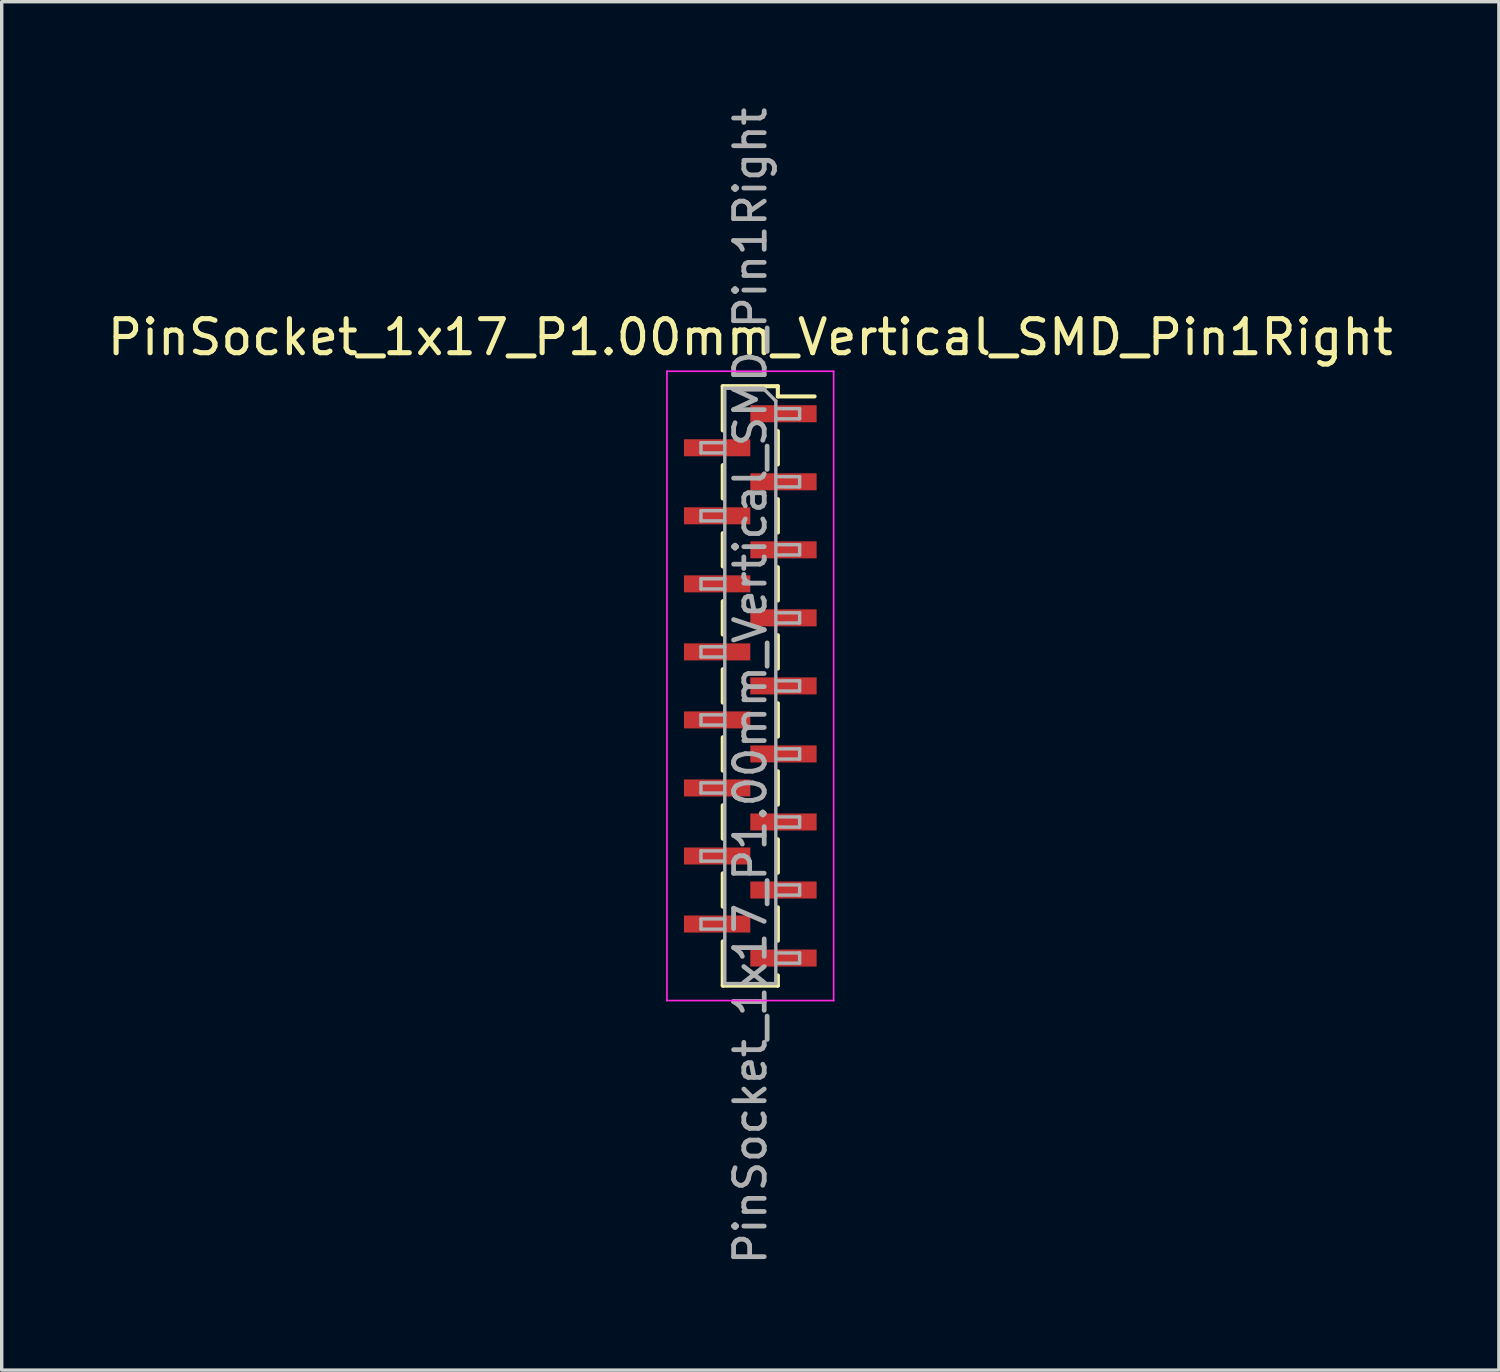
<source format=kicad_pcb>
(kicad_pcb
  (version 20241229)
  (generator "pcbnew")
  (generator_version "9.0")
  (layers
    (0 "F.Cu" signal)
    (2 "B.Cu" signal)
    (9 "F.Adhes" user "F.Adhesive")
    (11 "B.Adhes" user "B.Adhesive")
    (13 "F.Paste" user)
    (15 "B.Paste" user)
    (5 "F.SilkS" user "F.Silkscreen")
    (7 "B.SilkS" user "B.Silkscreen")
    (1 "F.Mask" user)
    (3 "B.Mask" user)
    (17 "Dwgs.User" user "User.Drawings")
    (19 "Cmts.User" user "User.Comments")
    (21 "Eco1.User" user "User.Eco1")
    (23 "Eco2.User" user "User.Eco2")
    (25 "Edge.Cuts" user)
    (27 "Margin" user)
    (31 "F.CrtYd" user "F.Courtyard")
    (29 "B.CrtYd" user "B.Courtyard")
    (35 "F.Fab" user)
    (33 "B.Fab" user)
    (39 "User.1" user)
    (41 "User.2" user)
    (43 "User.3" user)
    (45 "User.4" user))
  (footprint "PinSocket_1x17_P1.00mm_Vertical_SMD_Pin1Right"
    (layer "F.Cu")
    (at 19.006 17.113)
    (property "Reference" "PinSocket_1x17_P1.00mm_Vertical_SMD_Pin1Right" (at 0 -10.25 0) (layer "F.SilkS") (effects (font (size 1 1) (thickness 0.15))))
    (attr smd)
    (fp_line (start -0.81 -8.81) (end -0.81 -7.51) (stroke (width 0.12) (type solid)) (layer "F.SilkS"))
    (fp_line (start -0.81 -8.81) (end 0.81 -8.81) (stroke (width 0.12) (type solid)) (layer "F.SilkS"))
    (fp_line (start -0.81 -6.49) (end -0.81 -5.51) (stroke (width 0.12) (type solid)) (layer "F.SilkS"))
    (fp_line (start -0.81 -4.49) (end -0.81 -3.51) (stroke (width 0.12) (type solid)) (layer "F.SilkS"))
    (fp_line (start -0.81 -2.49) (end -0.81 -1.51) (stroke (width 0.12) (type solid)) (layer "F.SilkS"))
    (fp_line (start -0.81 -0.49) (end -0.81 0.49) (stroke (width 0.12) (type solid)) (layer "F.SilkS"))
    (fp_line (start -0.81 1.51) (end -0.81 2.49) (stroke (width 0.12) (type solid)) (layer "F.SilkS"))
    (fp_line (start -0.81 3.51) (end -0.81 4.49) (stroke (width 0.12) (type solid)) (layer "F.SilkS"))
    (fp_line (start -0.81 5.51) (end -0.81 6.49) (stroke (width 0.12) (type solid)) (layer "F.SilkS"))
    (fp_line (start -0.81 7.51) (end -0.81 8.81) (stroke (width 0.12) (type solid)) (layer "F.SilkS"))
    (fp_line (start -0.81 8.81) (end 0.81 8.81) (stroke (width 0.12) (type solid)) (layer "F.SilkS"))
    (fp_line (start 0.81 -8.81) (end 0.81 -8.51) (stroke (width 0.12) (type solid)) (layer "F.SilkS"))
    (fp_line (start 0.81 -8.51) (end 1.89 -8.51) (stroke (width 0.12) (type solid)) (layer "F.SilkS"))
    (fp_line (start 0.81 -7.49) (end 0.81 -6.51) (stroke (width 0.12) (type solid)) (layer "F.SilkS"))
    (fp_line (start 0.81 -5.49) (end 0.81 -4.51) (stroke (width 0.12) (type solid)) (layer "F.SilkS"))
    (fp_line (start 0.81 -3.49) (end 0.81 -2.51) (stroke (width 0.12) (type solid)) (layer "F.SilkS"))
    (fp_line (start 0.81 -1.49) (end 0.81 -0.51) (stroke (width 0.12) (type solid)) (layer "F.SilkS"))
    (fp_line (start 0.81 0.51) (end 0.81 1.49) (stroke (width 0.12) (type solid)) (layer "F.SilkS"))
    (fp_line (start 0.81 2.51) (end 0.81 3.49) (stroke (width 0.12) (type solid)) (layer "F.SilkS"))
    (fp_line (start 0.81 4.51) (end 0.81 5.49) (stroke (width 0.12) (type solid)) (layer "F.SilkS"))
    (fp_line (start 0.81 6.51) (end 0.81 7.49) (stroke (width 0.12) (type solid)) (layer "F.SilkS"))
    (fp_line (start 0.81 8.51) (end 0.81 8.81) (stroke (width 0.12) (type solid)) (layer "F.SilkS"))
    (fp_line (start -2.45 -9.25) (end 2.45 -9.25) (stroke (width 0.05) (type solid)) (layer "F.CrtYd"))
    (fp_line (start -2.45 9.25) (end -2.45 -9.25) (stroke (width 0.05) (type solid)) (layer "F.CrtYd"))
    (fp_line (start 2.45 -9.25) (end 2.45 9.25) (stroke (width 0.05) (type solid)) (layer "F.CrtYd"))
    (fp_line (start 2.45 9.25) (end -2.45 9.25) (stroke (width 0.05) (type solid)) (layer "F.CrtYd"))
    (fp_line (start -1.45 -7.15) (end -0.75 -7.15) (stroke (width 0.1) (type solid)) (layer "F.Fab"))
    (fp_line (start -1.45 -6.85) (end -1.45 -7.15) (stroke (width 0.1) (type solid)) (layer "F.Fab"))
    (fp_line (start -1.45 -5.15) (end -0.75 -5.15) (stroke (width 0.1) (type solid)) (layer "F.Fab"))
    (fp_line (start -1.45 -4.85) (end -1.45 -5.15) (stroke (width 0.1) (type solid)) (layer "F.Fab"))
    (fp_line (start -1.45 -3.15) (end -0.75 -3.15) (stroke (width 0.1) (type solid)) (layer "F.Fab"))
    (fp_line (start -1.45 -2.85) (end -1.45 -3.15) (stroke (width 0.1) (type solid)) (layer "F.Fab"))
    (fp_line (start -1.45 -1.15) (end -0.75 -1.15) (stroke (width 0.1) (type solid)) (layer "F.Fab"))
    (fp_line (start -1.45 -0.85) (end -1.45 -1.15) (stroke (width 0.1) (type solid)) (layer "F.Fab"))
    (fp_line (start -1.45 0.85) (end -0.75 0.85) (stroke (width 0.1) (type solid)) (layer "F.Fab"))
    (fp_line (start -1.45 1.15) (end -1.45 0.85) (stroke (width 0.1) (type solid)) (layer "F.Fab"))
    (fp_line (start -1.45 2.85) (end -0.75 2.85) (stroke (width 0.1) (type solid)) (layer "F.Fab"))
    (fp_line (start -1.45 3.15) (end -1.45 2.85) (stroke (width 0.1) (type solid)) (layer "F.Fab"))
    (fp_line (start -1.45 4.85) (end -0.75 4.85) (stroke (width 0.1) (type solid)) (layer "F.Fab"))
    (fp_line (start -1.45 5.15) (end -1.45 4.85) (stroke (width 0.1) (type solid)) (layer "F.Fab"))
    (fp_line (start -1.45 6.85) (end -0.75 6.85) (stroke (width 0.1) (type solid)) (layer "F.Fab"))
    (fp_line (start -1.45 7.15) (end -1.45 6.85) (stroke (width 0.1) (type solid)) (layer "F.Fab"))
    (fp_line (start -0.75 -8.75) (end 0.375 -8.75) (stroke (width 0.1) (type solid)) (layer "F.Fab"))
    (fp_line (start -0.75 -6.85) (end -1.45 -6.85) (stroke (width 0.1) (type solid)) (layer "F.Fab"))
    (fp_line (start -0.75 -4.85) (end -1.45 -4.85) (stroke (width 0.1) (type solid)) (layer "F.Fab"))
    (fp_line (start -0.75 -2.85) (end -1.45 -2.85) (stroke (width 0.1) (type solid)) (layer "F.Fab"))
    (fp_line (start -0.75 -0.85) (end -1.45 -0.85) (stroke (width 0.1) (type solid)) (layer "F.Fab"))
    (fp_line (start -0.75 1.15) (end -1.45 1.15) (stroke (width 0.1) (type solid)) (layer "F.Fab"))
    (fp_line (start -0.75 3.15) (end -1.45 3.15) (stroke (width 0.1) (type solid)) (layer "F.Fab"))
    (fp_line (start -0.75 5.15) (end -1.45 5.15) (stroke (width 0.1) (type solid)) (layer "F.Fab"))
    (fp_line (start -0.75 7.15) (end -1.45 7.15) (stroke (width 0.1) (type solid)) (layer "F.Fab"))
    (fp_line (start -0.75 8.75) (end -0.75 -8.75) (stroke (width 0.1) (type solid)) (layer "F.Fab"))
    (fp_line (start 0.375 -8.75) (end 0.75 -8.375) (stroke (width 0.1) (type solid)) (layer "F.Fab"))
    (fp_line (start 0.75 -8.375) (end 0.75 8.75) (stroke (width 0.1) (type solid)) (layer "F.Fab"))
    (fp_line (start 0.75 -8.15) (end 1.45 -8.15) (stroke (width 0.1) (type solid)) (layer "F.Fab"))
    (fp_line (start 0.75 -6.15) (end 1.45 -6.15) (stroke (width 0.1) (type solid)) (layer "F.Fab"))
    (fp_line (start 0.75 -4.15) (end 1.45 -4.15) (stroke (width 0.1) (type solid)) (layer "F.Fab"))
    (fp_line (start 0.75 -2.15) (end 1.45 -2.15) (stroke (width 0.1) (type solid)) (layer "F.Fab"))
    (fp_line (start 0.75 -0.15) (end 1.45 -0.15) (stroke (width 0.1) (type solid)) (layer "F.Fab"))
    (fp_line (start 0.75 1.85) (end 1.45 1.85) (stroke (width 0.1) (type solid)) (layer "F.Fab"))
    (fp_line (start 0.75 3.85) (end 1.45 3.85) (stroke (width 0.1) (type solid)) (layer "F.Fab"))
    (fp_line (start 0.75 5.85) (end 1.45 5.85) (stroke (width 0.1) (type solid)) (layer "F.Fab"))
    (fp_line (start 0.75 7.85) (end 1.45 7.85) (stroke (width 0.1) (type solid)) (layer "F.Fab"))
    (fp_line (start 0.75 8.75) (end -0.75 8.75) (stroke (width 0.1) (type solid)) (layer "F.Fab"))
    (fp_line (start 1.45 -8.15) (end 1.45 -7.85) (stroke (width 0.1) (type solid)) (layer "F.Fab"))
    (fp_line (start 1.45 -7.85) (end 0.75 -7.85) (stroke (width 0.1) (type solid)) (layer "F.Fab"))
    (fp_line (start 1.45 -6.15) (end 1.45 -5.85) (stroke (width 0.1) (type solid)) (layer "F.Fab"))
    (fp_line (start 1.45 -5.85) (end 0.75 -5.85) (stroke (width 0.1) (type solid)) (layer "F.Fab"))
    (fp_line (start 1.45 -4.15) (end 1.45 -3.85) (stroke (width 0.1) (type solid)) (layer "F.Fab"))
    (fp_line (start 1.45 -3.85) (end 0.75 -3.85) (stroke (width 0.1) (type solid)) (layer "F.Fab"))
    (fp_line (start 1.45 -2.15) (end 1.45 -1.85) (stroke (width 0.1) (type solid)) (layer "F.Fab"))
    (fp_line (start 1.45 -1.85) (end 0.75 -1.85) (stroke (width 0.1) (type solid)) (layer "F.Fab"))
    (fp_line (start 1.45 -0.15) (end 1.45 0.15) (stroke (width 0.1) (type solid)) (layer "F.Fab"))
    (fp_line (start 1.45 0.15) (end 0.75 0.15) (stroke (width 0.1) (type solid)) (layer "F.Fab"))
    (fp_line (start 1.45 1.85) (end 1.45 2.15) (stroke (width 0.1) (type solid)) (layer "F.Fab"))
    (fp_line (start 1.45 2.15) (end 0.75 2.15) (stroke (width 0.1) (type solid)) (layer "F.Fab"))
    (fp_line (start 1.45 3.85) (end 1.45 4.15) (stroke (width 0.1) (type solid)) (layer "F.Fab"))
    (fp_line (start 1.45 4.15) (end 0.75 4.15) (stroke (width 0.1) (type solid)) (layer "F.Fab"))
    (fp_line (start 1.45 5.85) (end 1.45 6.15) (stroke (width 0.1) (type solid)) (layer "F.Fab"))
    (fp_line (start 1.45 6.15) (end 0.75 6.15) (stroke (width 0.1) (type solid)) (layer "F.Fab"))
    (fp_line (start 1.45 7.85) (end 1.45 8.15) (stroke (width 0.1) (type solid)) (layer "F.Fab"))
    (fp_line (start 1.45 8.15) (end 0.75 8.15) (stroke (width 0.1) (type solid)) (layer "F.Fab"))
    (fp_text user "${REFERENCE}" (at 0 0 90) (layer "F.Fab") (effects (font (size 0.9 0.9) (thickness 0.14))))
    (pad "1" smd rect (at 0.975 -8) (size 1.95 0.5) (layers "F.Cu" "F.Mask" "F.Paste"))
    (pad "2" smd rect (at -0.975 -7) (size 1.95 0.5) (layers "F.Cu" "F.Mask" "F.Paste"))
    (pad "3" smd rect (at 0.975 -6) (size 1.95 0.5) (layers "F.Cu" "F.Mask" "F.Paste"))
    (pad "4" smd rect (at -0.975 -5) (size 1.95 0.5) (layers "F.Cu" "F.Mask" "F.Paste"))
    (pad "5" smd rect (at 0.975 -4) (size 1.95 0.5) (layers "F.Cu" "F.Mask" "F.Paste"))
    (pad "6" smd rect (at -0.975 -3) (size 1.95 0.5) (layers "F.Cu" "F.Mask" "F.Paste"))
    (pad "7" smd rect (at 0.975 -2) (size 1.95 0.5) (layers "F.Cu" "F.Mask" "F.Paste"))
    (pad "8" smd rect (at -0.975 -1) (size 1.95 0.5) (layers "F.Cu" "F.Mask" "F.Paste"))
    (pad "9" smd rect (at 0.975 0) (size 1.95 0.5) (layers "F.Cu" "F.Mask" "F.Paste"))
    (pad "10" smd rect (at -0.975 1) (size 1.95 0.5) (layers "F.Cu" "F.Mask" "F.Paste"))
    (pad "11" smd rect (at 0.975 2) (size 1.95 0.5) (layers "F.Cu" "F.Mask" "F.Paste"))
    (pad "12" smd rect (at -0.975 3) (size 1.95 0.5) (layers "F.Cu" "F.Mask" "F.Paste"))
    (pad "13" smd rect (at 0.975 4) (size 1.95 0.5) (layers "F.Cu" "F.Mask" "F.Paste"))
    (pad "14" smd rect (at -0.975 5) (size 1.95 0.5) (layers "F.Cu" "F.Mask" "F.Paste"))
    (pad "15" smd rect (at 0.975 6) (size 1.95 0.5) (layers "F.Cu" "F.Mask" "F.Paste"))
    (pad "16" smd rect (at -0.975 7) (size 1.95 0.5) (layers "F.Cu" "F.Mask" "F.Paste"))
    (pad "17" smd rect (at 0.975 8) (size 1.95 0.5) (layers "F.Cu" "F.Mask" "F.Paste")))
  (gr_rect
    (start -3 -3)
    (end 41.012 37.226)
    (stroke (width 0.1) (type default))
    (fill no)
    (layer "Edge.Cuts")))
</source>
